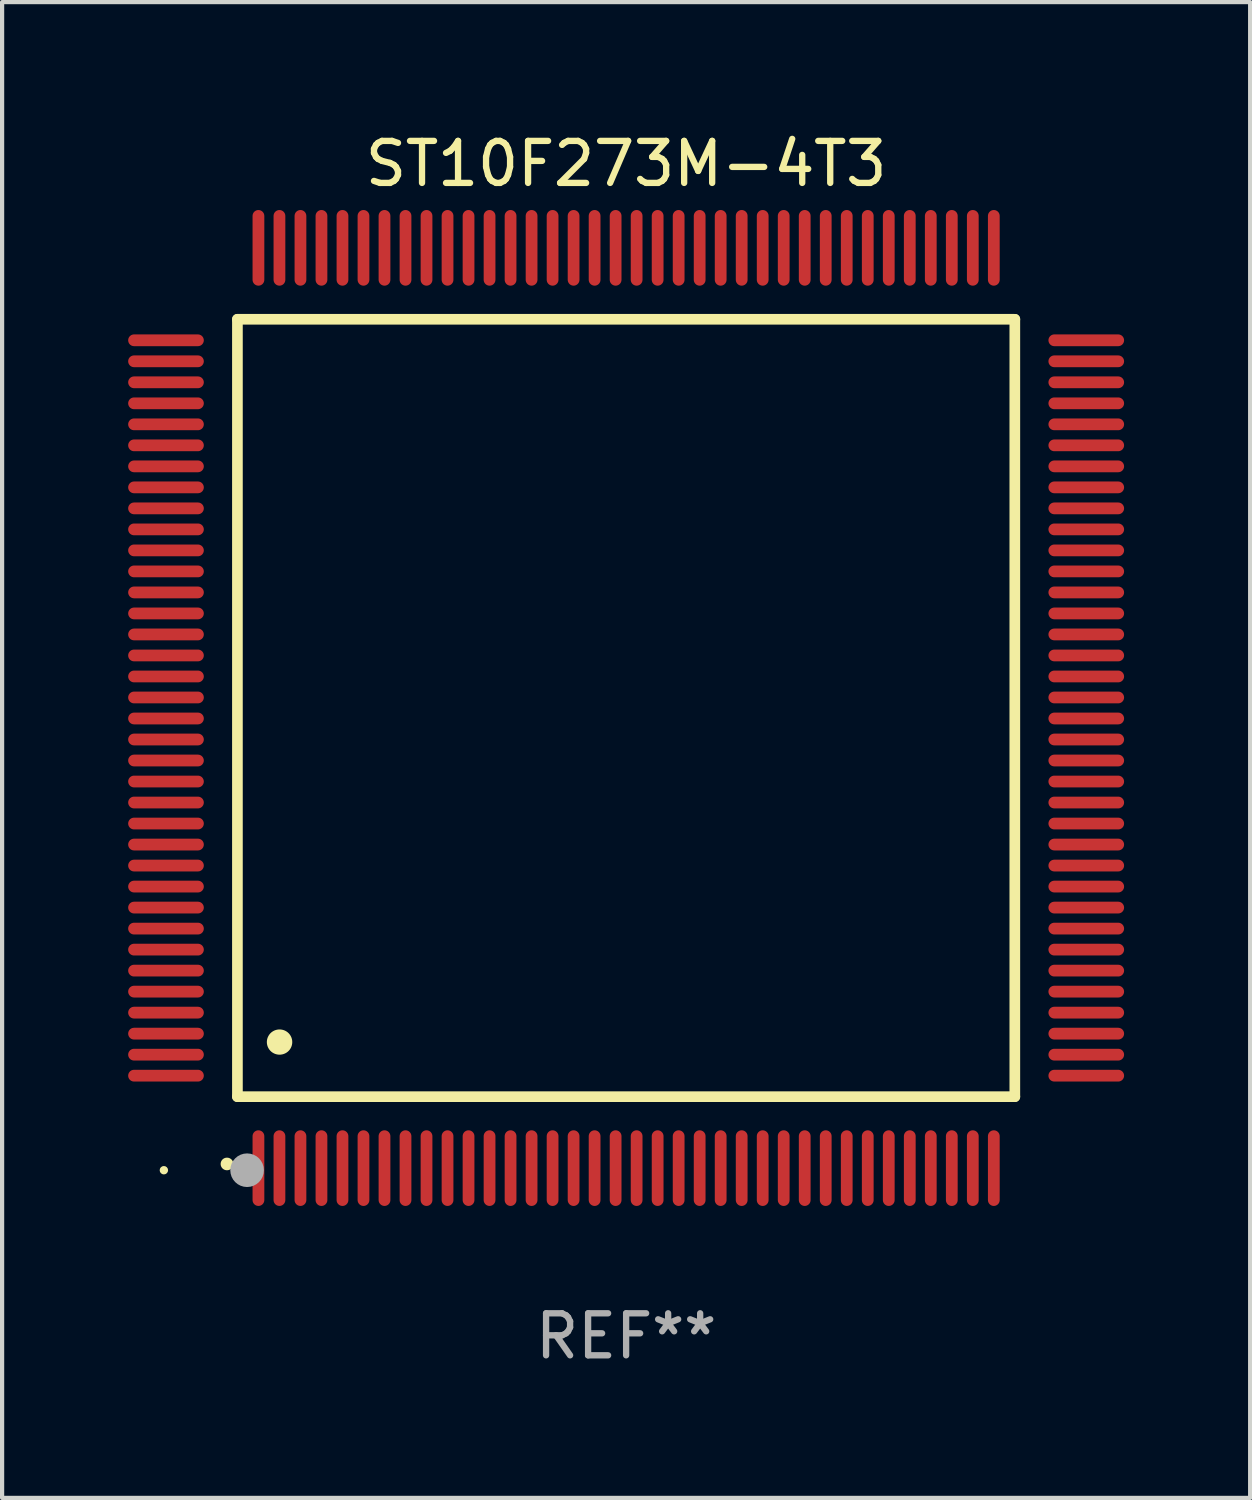
<source format=kicad_pcb>
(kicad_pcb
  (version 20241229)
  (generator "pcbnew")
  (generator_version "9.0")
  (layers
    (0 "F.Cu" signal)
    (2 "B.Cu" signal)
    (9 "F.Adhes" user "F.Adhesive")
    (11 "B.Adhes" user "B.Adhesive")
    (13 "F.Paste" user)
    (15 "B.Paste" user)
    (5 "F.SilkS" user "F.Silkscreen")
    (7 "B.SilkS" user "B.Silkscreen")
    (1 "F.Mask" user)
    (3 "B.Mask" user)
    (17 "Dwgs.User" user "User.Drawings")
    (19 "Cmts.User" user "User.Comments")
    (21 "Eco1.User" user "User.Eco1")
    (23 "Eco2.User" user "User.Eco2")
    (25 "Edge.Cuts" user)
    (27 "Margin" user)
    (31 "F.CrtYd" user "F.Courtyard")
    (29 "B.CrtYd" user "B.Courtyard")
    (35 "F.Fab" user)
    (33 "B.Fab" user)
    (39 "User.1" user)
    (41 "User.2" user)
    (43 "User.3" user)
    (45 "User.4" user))
  (footprint "ST10F273M-4T3"
    (layer "F.Cu")
    (at 11.85 13.798)
    (property "Reference" "ST10F273M-4T3" (at 0 -12.95 0) (layer "F.SilkS") (effects (font (size 1 1) (thickness 0.15))))
    (attr through_hole)
    (fp_line (start -9.25 -9.25) (end -9.25 9.25) (stroke (width 0.254) (type solid)) (layer "F.SilkS"))
    (fp_line (start -9.25 9.25) (end 9.25 9.25) (stroke (width 0.254) (type solid)) (layer "F.SilkS"))
    (fp_line (start 9.25 -9.25) (end -9.25 -9.25) (stroke (width 0.254) (type solid)) (layer "F.SilkS"))
    (fp_line (start 9.25 9.25) (end 9.25 -9.25) (stroke (width 0.254) (type solid)) (layer "F.SilkS"))
    (fp_arc (start -9.499619 10.850902) (mid -9.498349 10.850897) (end -9.497079 10.850902) (stroke (width 0.3) (type solid)) (layer "F.SilkS"))
    (fp_arc (start -8.249936 7.950216) (mid -8.247396 7.950205) (end -8.244856 7.950216) (stroke (width 0.6) (type solid)) (layer "F.SilkS"))
    (fp_circle (center -11 11) (end -10.95 11) (stroke (width 0.1) (type solid)) (fill no) (layer "F.SilkS"))
    (fp_circle (center -9.02 11) (end -8.82 11) (stroke (width 0.4) (type solid)) (fill no) (layer "F.Fab"))
    (fp_text user "REF**" (at 0 14.95 0) (layer "F.Fab") (effects (font (size 1 1) (thickness 0.15))))
    (pad "1" smd oval (at -8.75 10.95) (size 0.28 1.8) (layers "F.Cu" "F.Mask" "F.Paste"))
    (pad "2" smd oval (at -8.25 10.95) (size 0.28 1.8) (layers "F.Cu" "F.Mask" "F.Paste"))
    (pad "3" smd oval (at -7.75 10.95) (size 0.28 1.8) (layers "F.Cu" "F.Mask" "F.Paste"))
    (pad "4" smd oval (at -7.25 10.95) (size 0.28 1.8) (layers "F.Cu" "F.Mask" "F.Paste"))
    (pad "5" smd oval (at -6.75 10.95) (size 0.28 1.8) (layers "F.Cu" "F.Mask" "F.Paste"))
    (pad "6" smd oval (at -6.25 10.95) (size 0.28 1.8) (layers "F.Cu" "F.Mask" "F.Paste"))
    (pad "7" smd oval (at -5.75 10.95) (size 0.28 1.8) (layers "F.Cu" "F.Mask" "F.Paste"))
    (pad "8" smd oval (at -5.25 10.95) (size 0.28 1.8) (layers "F.Cu" "F.Mask" "F.Paste"))
    (pad "9" smd oval (at -4.75 10.95) (size 0.28 1.8) (layers "F.Cu" "F.Mask" "F.Paste"))
    (pad "10" smd oval (at -4.25 10.95) (size 0.28 1.8) (layers "F.Cu" "F.Mask" "F.Paste"))
    (pad "11" smd oval (at -3.75 10.95) (size 0.28 1.8) (layers "F.Cu" "F.Mask" "F.Paste"))
    (pad "12" smd oval (at -3.25 10.95) (size 0.28 1.8) (layers "F.Cu" "F.Mask" "F.Paste"))
    (pad "13" smd oval (at -2.75 10.95) (size 0.28 1.8) (layers "F.Cu" "F.Mask" "F.Paste"))
    (pad "14" smd oval (at -2.25 10.95) (size 0.28 1.8) (layers "F.Cu" "F.Mask" "F.Paste"))
    (pad "15" smd oval (at -1.75 10.95) (size 0.28 1.8) (layers "F.Cu" "F.Mask" "F.Paste"))
    (pad "16" smd oval (at -1.25 10.95) (size 0.28 1.8) (layers "F.Cu" "F.Mask" "F.Paste"))
    (pad "17" smd oval (at -0.75 10.95) (size 0.28 1.8) (layers "F.Cu" "F.Mask" "F.Paste"))
    (pad "18" smd oval (at -0.25 10.95) (size 0.28 1.8) (layers "F.Cu" "F.Mask" "F.Paste"))
    (pad "19" smd oval (at 0.25 10.95) (size 0.28 1.8) (layers "F.Cu" "F.Mask" "F.Paste"))
    (pad "20" smd oval (at 0.75 10.95) (size 0.28 1.8) (layers "F.Cu" "F.Mask" "F.Paste"))
    (pad "21" smd oval (at 1.25 10.95) (size 0.28 1.8) (layers "F.Cu" "F.Mask" "F.Paste"))
    (pad "22" smd oval (at 1.75 10.95) (size 0.28 1.8) (layers "F.Cu" "F.Mask" "F.Paste"))
    (pad "23" smd oval (at 2.25 10.95) (size 0.28 1.8) (layers "F.Cu" "F.Mask" "F.Paste"))
    (pad "24" smd oval (at 2.75 10.95) (size 0.28 1.8) (layers "F.Cu" "F.Mask" "F.Paste"))
    (pad "25" smd oval (at 3.25 10.95) (size 0.28 1.8) (layers "F.Cu" "F.Mask" "F.Paste"))
    (pad "26" smd oval (at 3.75 10.95) (size 0.28 1.8) (layers "F.Cu" "F.Mask" "F.Paste"))
    (pad "27" smd oval (at 4.25 10.95) (size 0.28 1.8) (layers "F.Cu" "F.Mask" "F.Paste"))
    (pad "28" smd oval (at 4.75 10.95) (size 0.28 1.8) (layers "F.Cu" "F.Mask" "F.Paste"))
    (pad "29" smd oval (at 5.25 10.95) (size 0.28 1.8) (layers "F.Cu" "F.Mask" "F.Paste"))
    (pad "30" smd oval (at 5.75 10.95) (size 0.28 1.8) (layers "F.Cu" "F.Mask" "F.Paste"))
    (pad "31" smd oval (at 6.25 10.95) (size 0.28 1.8) (layers "F.Cu" "F.Mask" "F.Paste"))
    (pad "32" smd oval (at 6.75 10.95) (size 0.28 1.8) (layers "F.Cu" "F.Mask" "F.Paste"))
    (pad "33" smd oval (at 7.25 10.95) (size 0.28 1.8) (layers "F.Cu" "F.Mask" "F.Paste"))
    (pad "34" smd oval (at 7.75 10.95) (size 0.28 1.8) (layers "F.Cu" "F.Mask" "F.Paste"))
    (pad "35" smd oval (at 8.25 10.95) (size 0.28 1.8) (layers "F.Cu" "F.Mask" "F.Paste"))
    (pad "36" smd oval (at 8.75 10.95) (size 0.28 1.8) (layers "F.Cu" "F.Mask" "F.Paste"))
    (pad "37" smd oval (at 10.95 8.75) (size 1.8 0.28) (layers "F.Cu" "F.Mask" "F.Paste"))
    (pad "38" smd oval (at 10.95 8.25) (size 1.8 0.28) (layers "F.Cu" "F.Mask" "F.Paste"))
    (pad "39" smd oval (at 10.95 7.75) (size 1.8 0.28) (layers "F.Cu" "F.Mask" "F.Paste"))
    (pad "40" smd oval (at 10.95 7.25) (size 1.8 0.28) (layers "F.Cu" "F.Mask" "F.Paste"))
    (pad "41" smd oval (at 10.95 6.75) (size 1.8 0.28) (layers "F.Cu" "F.Mask" "F.Paste"))
    (pad "42" smd oval (at 10.95 6.25) (size 1.8 0.28) (layers "F.Cu" "F.Mask" "F.Paste"))
    (pad "43" smd oval (at 10.95 5.75) (size 1.8 0.28) (layers "F.Cu" "F.Mask" "F.Paste"))
    (pad "44" smd oval (at 10.95 5.25) (size 1.8 0.28) (layers "F.Cu" "F.Mask" "F.Paste"))
    (pad "45" smd oval (at 10.95 4.75) (size 1.8 0.28) (layers "F.Cu" "F.Mask" "F.Paste"))
    (pad "46" smd oval (at 10.95 4.25) (size 1.8 0.28) (layers "F.Cu" "F.Mask" "F.Paste"))
    (pad "47" smd oval (at 10.95 3.75) (size 1.8 0.28) (layers "F.Cu" "F.Mask" "F.Paste"))
    (pad "48" smd oval (at 10.95 3.25) (size 1.8 0.28) (layers "F.Cu" "F.Mask" "F.Paste"))
    (pad "49" smd oval (at 10.95 2.75) (size 1.8 0.28) (layers "F.Cu" "F.Mask" "F.Paste"))
    (pad "50" smd oval (at 10.95 2.25) (size 1.8 0.28) (layers "F.Cu" "F.Mask" "F.Paste"))
    (pad "51" smd oval (at 10.95 1.75) (size 1.8 0.28) (layers "F.Cu" "F.Mask" "F.Paste"))
    (pad "52" smd oval (at 10.95 1.25) (size 1.8 0.28) (layers "F.Cu" "F.Mask" "F.Paste"))
    (pad "53" smd oval (at 10.95 0.75) (size 1.8 0.28) (layers "F.Cu" "F.Mask" "F.Paste"))
    (pad "54" smd oval (at 10.95 0.25) (size 1.8 0.28) (layers "F.Cu" "F.Mask" "F.Paste"))
    (pad "55" smd oval (at 10.95 -0.25) (size 1.8 0.28) (layers "F.Cu" "F.Mask" "F.Paste"))
    (pad "56" smd oval (at 10.95 -0.75) (size 1.8 0.28) (layers "F.Cu" "F.Mask" "F.Paste"))
    (pad "57" smd oval (at 10.95 -1.25) (size 1.8 0.28) (layers "F.Cu" "F.Mask" "F.Paste"))
    (pad "58" smd oval (at 10.95 -1.75) (size 1.8 0.28) (layers "F.Cu" "F.Mask" "F.Paste"))
    (pad "59" smd oval (at 10.95 -2.25) (size 1.8 0.28) (layers "F.Cu" "F.Mask" "F.Paste"))
    (pad "60" smd oval (at 10.95 -2.75) (size 1.8 0.28) (layers "F.Cu" "F.Mask" "F.Paste"))
    (pad "61" smd oval (at 10.95 -3.25) (size 1.8 0.28) (layers "F.Cu" "F.Mask" "F.Paste"))
    (pad "62" smd oval (at 10.95 -3.75) (size 1.8 0.28) (layers "F.Cu" "F.Mask" "F.Paste"))
    (pad "63" smd oval (at 10.95 -4.25) (size 1.8 0.28) (layers "F.Cu" "F.Mask" "F.Paste"))
    (pad "64" smd oval (at 10.95 -4.75) (size 1.8 0.28) (layers "F.Cu" "F.Mask" "F.Paste"))
    (pad "65" smd oval (at 10.95 -5.25) (size 1.8 0.28) (layers "F.Cu" "F.Mask" "F.Paste"))
    (pad "66" smd oval (at 10.95 -5.75) (size 1.8 0.28) (layers "F.Cu" "F.Mask" "F.Paste"))
    (pad "67" smd oval (at 10.95 -6.25) (size 1.8 0.28) (layers "F.Cu" "F.Mask" "F.Paste"))
    (pad "68" smd oval (at 10.95 -6.75) (size 1.8 0.28) (layers "F.Cu" "F.Mask" "F.Paste"))
    (pad "69" smd oval (at 10.95 -7.25) (size 1.8 0.28) (layers "F.Cu" "F.Mask" "F.Paste"))
    (pad "70" smd oval (at 10.95 -7.75) (size 1.8 0.28) (layers "F.Cu" "F.Mask" "F.Paste"))
    (pad "71" smd oval (at 10.95 -8.25) (size 1.8 0.28) (layers "F.Cu" "F.Mask" "F.Paste"))
    (pad "72" smd oval (at 10.95 -8.75) (size 1.8 0.28) (layers "F.Cu" "F.Mask" "F.Paste"))
    (pad "73" smd oval (at 8.75 -10.95) (size 0.28 1.8) (layers "F.Cu" "F.Mask" "F.Paste"))
    (pad "74" smd oval (at 8.25 -10.95) (size 0.28 1.8) (layers "F.Cu" "F.Mask" "F.Paste"))
    (pad "75" smd oval (at 7.75 -10.95) (size 0.28 1.8) (layers "F.Cu" "F.Mask" "F.Paste"))
    (pad "76" smd oval (at 7.25 -10.95) (size 0.28 1.8) (layers "F.Cu" "F.Mask" "F.Paste"))
    (pad "77" smd oval (at 6.75 -10.95) (size 0.28 1.8) (layers "F.Cu" "F.Mask" "F.Paste"))
    (pad "78" smd oval (at 6.25 -10.95) (size 0.28 1.8) (layers "F.Cu" "F.Mask" "F.Paste"))
    (pad "79" smd oval (at 5.75 -10.95) (size 0.28 1.8) (layers "F.Cu" "F.Mask" "F.Paste"))
    (pad "80" smd oval (at 5.25 -10.95) (size 0.28 1.8) (layers "F.Cu" "F.Mask" "F.Paste"))
    (pad "81" smd oval (at 4.75 -10.95) (size 0.28 1.8) (layers "F.Cu" "F.Mask" "F.Paste"))
    (pad "82" smd oval (at 4.25 -10.95) (size 0.28 1.8) (layers "F.Cu" "F.Mask" "F.Paste"))
    (pad "83" smd oval (at 3.75 -10.95) (size 0.28 1.8) (layers "F.Cu" "F.Mask" "F.Paste"))
    (pad "84" smd oval (at 3.25 -10.95) (size 0.28 1.8) (layers "F.Cu" "F.Mask" "F.Paste"))
    (pad "85" smd oval (at 2.75 -10.95) (size 0.28 1.8) (layers "F.Cu" "F.Mask" "F.Paste"))
    (pad "86" smd oval (at 2.25 -10.95) (size 0.28 1.8) (layers "F.Cu" "F.Mask" "F.Paste"))
    (pad "87" smd oval (at 1.75 -10.95) (size 0.28 1.8) (layers "F.Cu" "F.Mask" "F.Paste"))
    (pad "88" smd oval (at 1.25 -10.95) (size 0.28 1.8) (layers "F.Cu" "F.Mask" "F.Paste"))
    (pad "89" smd oval (at 0.75 -10.95) (size 0.28 1.8) (layers "F.Cu" "F.Mask" "F.Paste"))
    (pad "90" smd oval (at 0.25 -10.95) (size 0.28 1.8) (layers "F.Cu" "F.Mask" "F.Paste"))
    (pad "91" smd oval (at -0.25 -10.95) (size 0.28 1.8) (layers "F.Cu" "F.Mask" "F.Paste"))
    (pad "92" smd oval (at -0.75 -10.95) (size 0.28 1.8) (layers "F.Cu" "F.Mask" "F.Paste"))
    (pad "93" smd oval (at -1.25 -10.95) (size 0.28 1.8) (layers "F.Cu" "F.Mask" "F.Paste"))
    (pad "94" smd oval (at -1.75 -10.95) (size 0.28 1.8) (layers "F.Cu" "F.Mask" "F.Paste"))
    (pad "95" smd oval (at -2.25 -10.95) (size 0.28 1.8) (layers "F.Cu" "F.Mask" "F.Paste"))
    (pad "96" smd oval (at -2.75 -10.95) (size 0.28 1.8) (layers "F.Cu" "F.Mask" "F.Paste"))
    (pad "97" smd oval (at -3.25 -10.95) (size 0.28 1.8) (layers "F.Cu" "F.Mask" "F.Paste"))
    (pad "98" smd oval (at -3.75 -10.95) (size 0.28 1.8) (layers "F.Cu" "F.Mask" "F.Paste"))
    (pad "99" smd oval (at -4.25 -10.95) (size 0.28 1.8) (layers "F.Cu" "F.Mask" "F.Paste"))
    (pad "100" smd oval (at -4.75 -10.95) (size 0.28 1.8) (layers "F.Cu" "F.Mask" "F.Paste"))
    (pad "101" smd oval (at -5.25 -10.95) (size 0.28 1.8) (layers "F.Cu" "F.Mask" "F.Paste"))
    (pad "102" smd oval (at -5.75 -10.95) (size 0.28 1.8) (layers "F.Cu" "F.Mask" "F.Paste"))
    (pad "103" smd oval (at -6.25 -10.95) (size 0.28 1.8) (layers "F.Cu" "F.Mask" "F.Paste"))
    (pad "104" smd oval (at -6.75 -10.95) (size 0.28 1.8) (layers "F.Cu" "F.Mask" "F.Paste"))
    (pad "105" smd oval (at -7.25 -10.95) (size 0.28 1.8) (layers "F.Cu" "F.Mask" "F.Paste"))
    (pad "106" smd oval (at -7.75 -10.95) (size 0.28 1.8) (layers "F.Cu" "F.Mask" "F.Paste"))
    (pad "107" smd oval (at -8.25 -10.95) (size 0.28 1.8) (layers "F.Cu" "F.Mask" "F.Paste"))
    (pad "108" smd oval (at -8.75 -10.95) (size 0.28 1.8) (layers "F.Cu" "F.Mask" "F.Paste"))
    (pad "109" smd oval (at -10.95 -8.75) (size 1.8 0.28) (layers "F.Cu" "F.Mask" "F.Paste"))
    (pad "110" smd oval (at -10.95 -8.25) (size 1.8 0.28) (layers "F.Cu" "F.Mask" "F.Paste"))
    (pad "111" smd oval (at -10.95 -7.75) (size 1.8 0.28) (layers "F.Cu" "F.Mask" "F.Paste"))
    (pad "112" smd oval (at -10.95 -7.25) (size 1.8 0.28) (layers "F.Cu" "F.Mask" "F.Paste"))
    (pad "113" smd oval (at -10.95 -6.75) (size 1.8 0.28) (layers "F.Cu" "F.Mask" "F.Paste"))
    (pad "114" smd oval (at -10.95 -6.25) (size 1.8 0.28) (layers "F.Cu" "F.Mask" "F.Paste"))
    (pad "115" smd oval (at -10.95 -5.75) (size 1.8 0.28) (layers "F.Cu" "F.Mask" "F.Paste"))
    (pad "116" smd oval (at -10.95 -5.25) (size 1.8 0.28) (layers "F.Cu" "F.Mask" "F.Paste"))
    (pad "117" smd oval (at -10.95 -4.75) (size 1.8 0.28) (layers "F.Cu" "F.Mask" "F.Paste"))
    (pad "118" smd oval (at -10.95 -4.25) (size 1.8 0.28) (layers "F.Cu" "F.Mask" "F.Paste"))
    (pad "119" smd oval (at -10.95 -3.75) (size 1.8 0.28) (layers "F.Cu" "F.Mask" "F.Paste"))
    (pad "120" smd oval (at -10.95 -3.25) (size 1.8 0.28) (layers "F.Cu" "F.Mask" "F.Paste"))
    (pad "121" smd oval (at -10.95 -2.75) (size 1.8 0.28) (layers "F.Cu" "F.Mask" "F.Paste"))
    (pad "122" smd oval (at -10.95 -2.25) (size 1.8 0.28) (layers "F.Cu" "F.Mask" "F.Paste"))
    (pad "123" smd oval (at -10.95 -1.75) (size 1.8 0.28) (layers "F.Cu" "F.Mask" "F.Paste"))
    (pad "124" smd oval (at -10.95 -1.25) (size 1.8 0.28) (layers "F.Cu" "F.Mask" "F.Paste"))
    (pad "125" smd oval (at -10.95 -0.75) (size 1.8 0.28) (layers "F.Cu" "F.Mask" "F.Paste"))
    (pad "126" smd oval (at -10.95 -0.25) (size 1.8 0.28) (layers "F.Cu" "F.Mask" "F.Paste"))
    (pad "127" smd oval (at -10.95 0.25) (size 1.8 0.28) (layers "F.Cu" "F.Mask" "F.Paste"))
    (pad "128" smd oval (at -10.95 0.75) (size 1.8 0.28) (layers "F.Cu" "F.Mask" "F.Paste"))
    (pad "129" smd oval (at -10.95 1.25) (size 1.8 0.28) (layers "F.Cu" "F.Mask" "F.Paste"))
    (pad "130" smd oval (at -10.95 1.75) (size 1.8 0.28) (layers "F.Cu" "F.Mask" "F.Paste"))
    (pad "131" smd oval (at -10.95 2.25) (size 1.8 0.28) (layers "F.Cu" "F.Mask" "F.Paste"))
    (pad "132" smd oval (at -10.95 2.75) (size 1.8 0.28) (layers "F.Cu" "F.Mask" "F.Paste"))
    (pad "133" smd oval (at -10.95 3.25) (size 1.8 0.28) (layers "F.Cu" "F.Mask" "F.Paste"))
    (pad "134" smd oval (at -10.95 3.75) (size 1.8 0.28) (layers "F.Cu" "F.Mask" "F.Paste"))
    (pad "135" smd oval (at -10.95 4.25) (size 1.8 0.28) (layers "F.Cu" "F.Mask" "F.Paste"))
    (pad "136" smd oval (at -10.95 4.75) (size 1.8 0.28) (layers "F.Cu" "F.Mask" "F.Paste"))
    (pad "137" smd oval (at -10.95 5.25) (size 1.8 0.28) (layers "F.Cu" "F.Mask" "F.Paste"))
    (pad "138" smd oval (at -10.95 5.75) (size 1.8 0.28) (layers "F.Cu" "F.Mask" "F.Paste"))
    (pad "139" smd oval (at -10.95 6.25) (size 1.8 0.28) (layers "F.Cu" "F.Mask" "F.Paste"))
    (pad "140" smd oval (at -10.95 6.75) (size 1.8 0.28) (layers "F.Cu" "F.Mask" "F.Paste"))
    (pad "141" smd oval (at -10.95 7.25) (size 1.8 0.28) (layers "F.Cu" "F.Mask" "F.Paste"))
    (pad "142" smd oval (at -10.95 7.75) (size 1.8 0.28) (layers "F.Cu" "F.Mask" "F.Paste"))
    (pad "143" smd oval (at -10.95 8.25) (size 1.8 0.28) (layers "F.Cu" "F.Mask" "F.Paste"))
    (pad "144" smd oval (at -10.95 8.75) (size 1.8 0.28) (layers "F.Cu" "F.Mask" "F.Paste")))
  (gr_rect
    (start -3 -3)
    (end 26.7 32.596)
    (stroke (width 0.1) (type default))
    (fill no)
    (layer "Edge.Cuts")))
</source>
